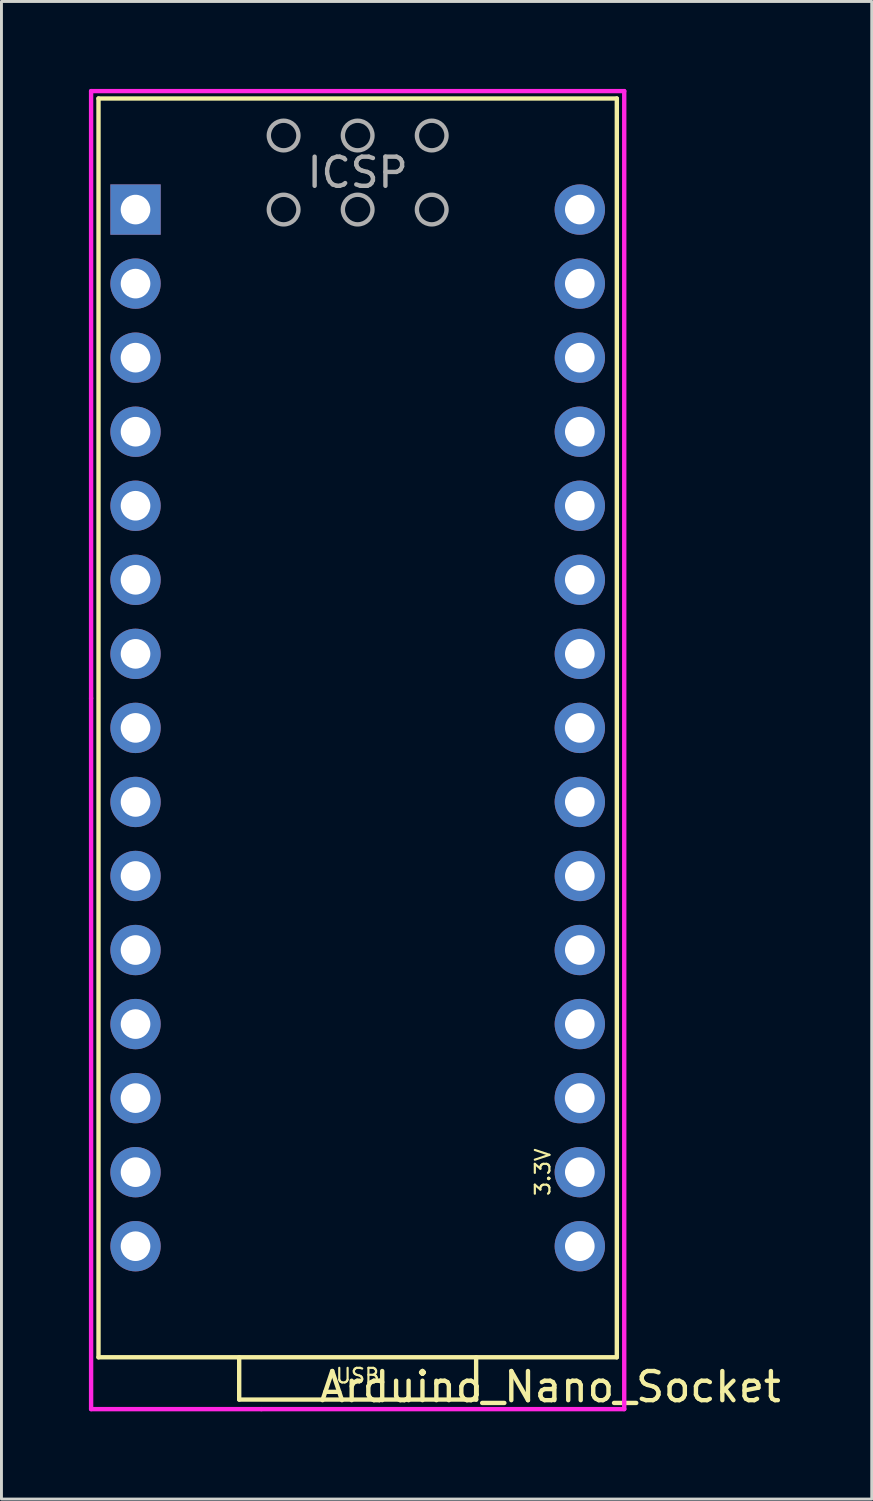
<source format=kicad_pcb>
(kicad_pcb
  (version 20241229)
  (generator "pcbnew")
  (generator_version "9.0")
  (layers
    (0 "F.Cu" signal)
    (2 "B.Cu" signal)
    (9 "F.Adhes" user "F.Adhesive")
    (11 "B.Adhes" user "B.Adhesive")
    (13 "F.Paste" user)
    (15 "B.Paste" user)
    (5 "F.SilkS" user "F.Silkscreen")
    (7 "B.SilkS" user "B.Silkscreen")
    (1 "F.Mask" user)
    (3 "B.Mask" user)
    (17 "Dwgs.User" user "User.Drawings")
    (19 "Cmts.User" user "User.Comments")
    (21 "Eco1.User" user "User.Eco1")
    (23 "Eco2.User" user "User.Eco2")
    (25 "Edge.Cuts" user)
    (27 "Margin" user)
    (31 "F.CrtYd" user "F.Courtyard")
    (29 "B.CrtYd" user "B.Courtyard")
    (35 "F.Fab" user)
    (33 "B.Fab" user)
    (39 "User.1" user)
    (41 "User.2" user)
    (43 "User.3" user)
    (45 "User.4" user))
  (footprint "Arduino_Nano_Socket"
    (layer "F.Cu")
    (at 9.219 43.509)
    (property "Reference" "Arduino_Nano_Socket" (at 6.604 1.016 0) (layer "F.SilkS") (effects (font (size 1 1) (thickness 0.15))))
    (attr through_hole)
    (fp_line (start -8.89 -43.18) (end -8.89 0) (stroke (width 0.15) (type solid)) (layer "F.SilkS"))
    (fp_line (start -8.89 -43.18) (end 8.89 -43.18) (stroke (width 0.15) (type solid)) (layer "F.SilkS"))
    (fp_line (start -8.89 0) (end 8.89 0) (stroke (width 0.15) (type solid)) (layer "F.SilkS"))
    (fp_line (start -4.064 0) (end -4.064 1.45) (stroke (width 0.15) (type solid)) (layer "F.SilkS"))
    (fp_line (start -4.064 1.45) (end 4.064 1.45) (stroke (width 0.15) (type solid)) (layer "F.SilkS"))
    (fp_line (start 4.064 1.45) (end 4.064 0) (stroke (width 0.15) (type solid)) (layer "F.SilkS"))
    (fp_line (start 8.89 -43.18) (end 8.89 0) (stroke (width 0.15) (type solid)) (layer "F.SilkS"))
    (fp_line (start -9.144 -43.434) (end 9.144 -43.434) (stroke (width 0.15) (type solid)) (layer "F.CrtYd"))
    (fp_line (start -9.144 -22.606) (end -9.144 -43.434) (stroke (width 0.15) (type solid)) (layer "F.CrtYd"))
    (fp_line (start -9.144 1.778) (end -9.144 -22.606) (stroke (width 0.15) (type solid)) (layer "F.CrtYd"))
    (fp_line (start -3.302 1.778) (end -9.144 1.778) (stroke (width 0.15) (type solid)) (layer "F.CrtYd"))
    (fp_line (start 9.144 -43.434) (end 9.144 1.778) (stroke (width 0.15) (type solid)) (layer "F.CrtYd"))
    (fp_line (start 9.144 1.778) (end -3.302 1.778) (stroke (width 0.15) (type solid)) (layer "F.CrtYd"))
    (fp_circle (center -2.54 -41.91) (end -2.032 -41.91) (stroke (width 0.15) (type solid)) (fill no) (layer "F.Fab"))
    (fp_circle (center -2.54 -39.37) (end -2.032 -39.37) (stroke (width 0.15) (type solid)) (fill no) (layer "F.Fab"))
    (fp_circle (center 0 -41.91) (end 0.508 -41.91) (stroke (width 0.15) (type solid)) (fill no) (layer "F.Fab"))
    (fp_circle (center 0 -39.37) (end 0.508 -39.37) (stroke (width 0.15) (type solid)) (fill no) (layer "F.Fab"))
    (fp_circle (center 2.54 -41.91) (end 3.048 -41.91) (stroke (width 0.15) (type solid)) (fill no) (layer "F.Fab"))
    (fp_circle (center 2.54 -39.37) (end 3.048 -39.37) (stroke (width 0.15) (type solid)) (fill no) (layer "F.Fab"))
    (fp_text user "3.3V" (at 6.35 -6.35 90) (layer "F.SilkS") (effects (font (size 0.5 0.5) (thickness 0.075))))
    (fp_text user "USB" (at 0 0.635 0) (layer "F.SilkS") (effects (font (size 0.5 0.5) (thickness 0.075))))
    (fp_text user "ICSP" (at 0 -40.64 0) (layer "F.Fab") (effects (font (size 1 1) (thickness 0.15))))
    (pad "3V3" thru_hole circle (at 7.62 -6.35) (size 1.727 1.727) (drill 1.016) (layers "*.Cu" "*.Mask"))
    (pad "5V" thru_hole circle (at 7.62 -31.75) (size 1.727 1.727) (drill 1.016) (layers "*.Cu" "*.Mask"))
    (pad "A0" thru_hole circle (at 7.62 -11.43) (size 1.727 1.727) (drill 1.016) (layers "*.Cu" "*.Mask"))
    (pad "A1" thru_hole circle (at 7.62 -13.97) (size 1.727 1.727) (drill 1.016) (layers "*.Cu" "*.Mask"))
    (pad "A2" thru_hole circle (at 7.62 -16.51) (size 1.727 1.727) (drill 1.016) (layers "*.Cu" "*.Mask"))
    (pad "A3" thru_hole circle (at 7.62 -19.05) (size 1.727 1.727) (drill 1.016) (layers "*.Cu" "*.Mask"))
    (pad "A4" thru_hole circle (at 7.62 -21.59) (size 1.727 1.727) (drill 1.016) (layers "*.Cu" "*.Mask"))
    (pad "A5" thru_hole circle (at 7.62 -24.13) (size 1.727 1.727) (drill 1.016) (layers "*.Cu" "*.Mask"))
    (pad "A6" thru_hole circle (at 7.62 -26.67) (size 1.727 1.727) (drill 1.016) (layers "*.Cu" "*.Mask"))
    (pad "A7" thru_hole circle (at 7.62 -29.21) (size 1.727 1.727) (drill 1.016) (layers "*.Cu" "*.Mask"))
    (pad "AREF" thru_hole circle (at 7.62 -8.89) (size 1.727 1.727) (drill 1.016) (layers "*.Cu" "*.Mask"))
    (pad "D0" thru_hole circle (at -7.62 -36.83) (size 1.727 1.727) (drill 1.016) (layers "*.Cu" "*.Mask"))
    (pad "D1" thru_hole rect (at -7.62 -39.37) (size 1.727 1.727) (drill 1.016) (layers "*.Cu" "*.Mask"))
    (pad "D2" thru_hole circle (at -7.62 -29.21) (size 1.727 1.727) (drill 1.016) (layers "*.Cu" "*.Mask"))
    (pad "D3" thru_hole circle (at -7.62 -26.67) (size 1.727 1.727) (drill 1.016) (layers "*.Cu" "*.Mask"))
    (pad "D4" thru_hole circle (at -7.62 -24.13) (size 1.727 1.727) (drill 1.016) (layers "*.Cu" "*.Mask"))
    (pad "D5" thru_hole circle (at -7.62 -21.59) (size 1.727 1.727) (drill 1.016) (layers "*.Cu" "*.Mask"))
    (pad "D6" thru_hole circle (at -7.62 -19.05) (size 1.727 1.727) (drill 1.016) (layers "*.Cu" "*.Mask"))
    (pad "D7" thru_hole circle (at -7.62 -16.51) (size 1.727 1.727) (drill 1.016) (layers "*.Cu" "*.Mask"))
    (pad "D8" thru_hole circle (at -7.62 -13.97) (size 1.727 1.727) (drill 1.016) (layers "*.Cu" "*.Mask"))
    (pad "D9" thru_hole circle (at -7.62 -11.43) (size 1.727 1.727) (drill 1.016) (layers "*.Cu" "*.Mask"))
    (pad "D10" thru_hole circle (at -7.62 -8.89) (size 1.727 1.727) (drill 1.016) (layers "*.Cu" "*.Mask"))
    (pad "D11" thru_hole circle (at -7.62 -6.35) (size 1.727 1.727) (drill 1.016) (layers "*.Cu" "*.Mask"))
    (pad "D12" thru_hole circle (at -7.62 -3.81) (size 1.727 1.727) (drill 1.016) (layers "*.Cu" "*.Mask"))
    (pad "D13" thru_hole circle (at 7.62 -3.81) (size 1.727 1.727) (drill 1.016) (layers "*.Cu" "*.Mask"))
    (pad "GND1" thru_hole circle (at -7.62 -31.75) (size 1.727 1.727) (drill 1.016) (layers "*.Cu" "*.Mask"))
    (pad "GND2" thru_hole circle (at 7.62 -36.83) (size 1.727 1.727) (drill 1.016) (layers "*.Cu" "*.Mask"))
    (pad "RST1" thru_hole circle (at -7.62 -34.29) (size 1.727 1.727) (drill 1.016) (layers "*.Cu" "*.Mask"))
    (pad "RST2" thru_hole circle (at 7.62 -34.29) (size 1.727 1.727) (drill 1.016) (layers "*.Cu" "*.Mask"))
    (pad "VIN" thru_hole circle (at 7.62 -39.37) (size 1.727 1.727) (drill 1.016) (layers "*.Cu" "*.Mask")))
  (gr_rect
    (start -3 -3)
    (end 26.853 48.373)
    (stroke (width 0.1) (type default))
    (fill no)
    (layer "Edge.Cuts")))
</source>
